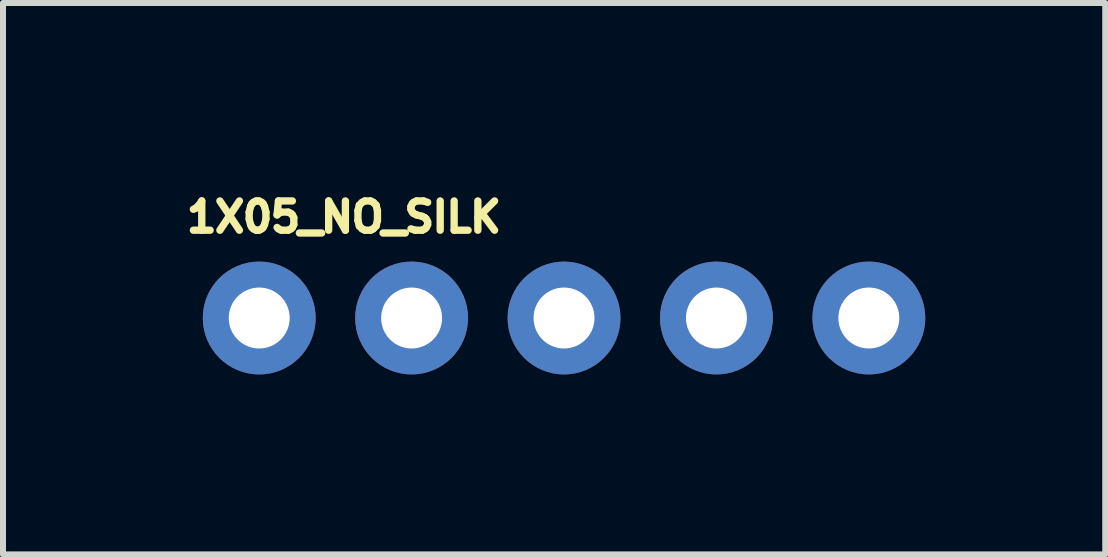
<source format=kicad_pcb>
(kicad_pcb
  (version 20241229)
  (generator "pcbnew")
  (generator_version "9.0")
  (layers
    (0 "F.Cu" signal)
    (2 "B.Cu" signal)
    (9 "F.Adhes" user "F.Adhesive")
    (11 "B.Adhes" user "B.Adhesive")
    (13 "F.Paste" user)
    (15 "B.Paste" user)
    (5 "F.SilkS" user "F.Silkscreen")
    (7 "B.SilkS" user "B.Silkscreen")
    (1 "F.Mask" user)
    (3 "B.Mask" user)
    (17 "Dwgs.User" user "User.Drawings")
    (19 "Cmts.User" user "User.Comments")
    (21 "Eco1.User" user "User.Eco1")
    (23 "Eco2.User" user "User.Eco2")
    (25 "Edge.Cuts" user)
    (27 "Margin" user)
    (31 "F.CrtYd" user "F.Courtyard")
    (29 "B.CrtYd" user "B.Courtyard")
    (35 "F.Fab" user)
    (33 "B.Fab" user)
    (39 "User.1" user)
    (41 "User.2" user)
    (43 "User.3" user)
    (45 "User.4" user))
  (footprint "1X05_NO_SILK"
    (layer "F.Cu")
    (at 1.27 2.25)
    (property "Reference" "1X05_NO_SILK" (at -1.27 -1.397 0) (unlocked yes) (layer "F.SilkS") (effects (font (size 0.488 0.488) (thickness 0.122)) (justify left bottom)))
    (fp_poly (pts (xy -0.254 0.254) (xy 0.254 0.254) (xy 0.254 -0.254) (xy -0.254 -0.254)) (stroke (width 0.1) (type default)) (fill no) (layer "F.Fab"))
    (fp_poly (pts (xy 2.286 0.254) (xy 2.794 0.254) (xy 2.794 -0.254) (xy 2.286 -0.254)) (stroke (width 0.1) (type default)) (fill no) (layer "F.Fab"))
    (fp_poly (pts (xy 4.826 0.254) (xy 5.334 0.254) (xy 5.334 -0.254) (xy 4.826 -0.254)) (stroke (width 0.1) (type default)) (fill no) (layer "F.Fab"))
    (fp_poly (pts (xy 7.366 0.254) (xy 7.874 0.254) (xy 7.874 -0.254) (xy 7.366 -0.254)) (stroke (width 0.1) (type default)) (fill no) (layer "F.Fab"))
    (fp_poly (pts (xy 9.906 0.254) (xy 10.414 0.254) (xy 10.414 -0.254) (xy 9.906 -0.254)) (stroke (width 0.1) (type default)) (fill no) (layer "F.Fab"))
    (pad "1" thru_hole circle (at 0 0 90) (size 1.88 1.88) (drill 1.016) (layers "*.Cu" "*.Mask"))
    (pad "2" thru_hole circle (at 2.54 0 90) (size 1.88 1.88) (drill 1.016) (layers "*.Cu" "*.Mask"))
    (pad "3" thru_hole circle (at 5.08 0 90) (size 1.88 1.88) (drill 1.016) (layers "*.Cu" "*.Mask"))
    (pad "4" thru_hole circle (at 7.62 0 90) (size 1.88 1.88) (drill 1.016) (layers "*.Cu" "*.Mask"))
    (pad "5" thru_hole circle (at 10.16 0 90) (size 1.88 1.88) (drill 1.016) (layers "*.Cu" "*.Mask")))
  (gr_rect
    (start -3 -3)
    (end 15.37 6.19)
    (stroke (width 0.1) (type default))
    (fill no)
    (layer "Edge.Cuts")))
</source>
